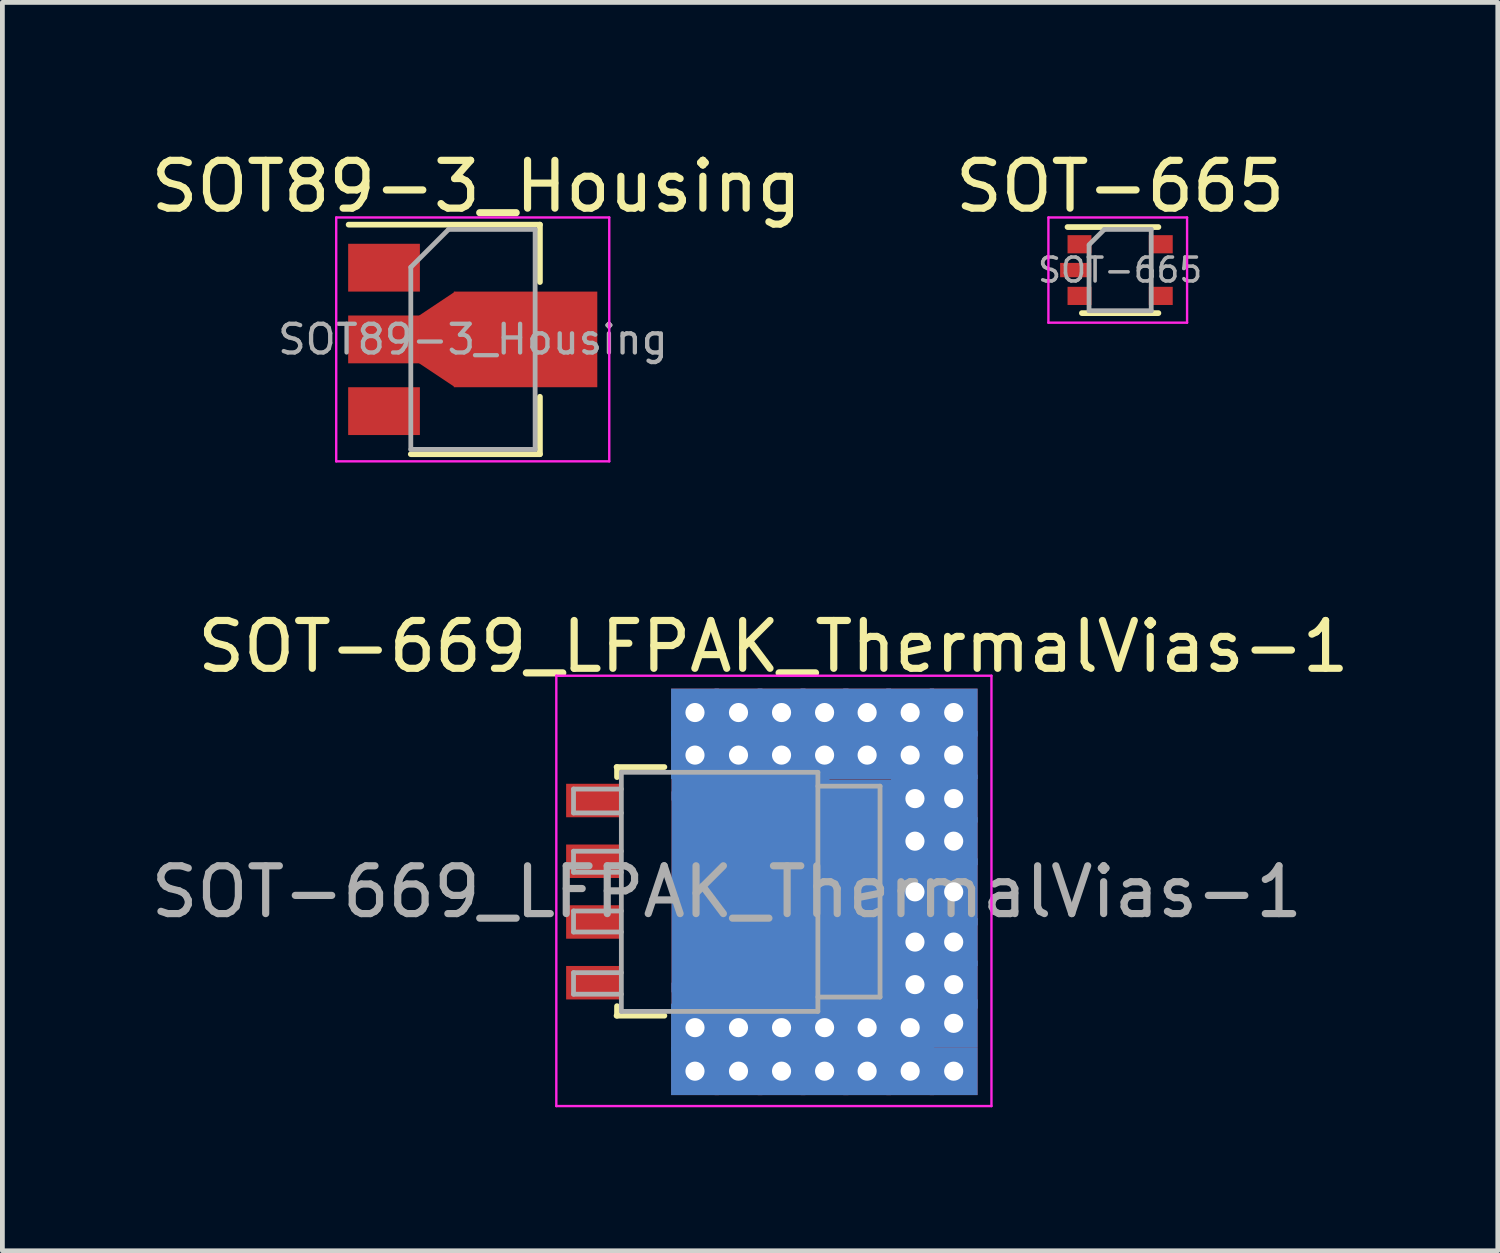
<source format=kicad_pcb>
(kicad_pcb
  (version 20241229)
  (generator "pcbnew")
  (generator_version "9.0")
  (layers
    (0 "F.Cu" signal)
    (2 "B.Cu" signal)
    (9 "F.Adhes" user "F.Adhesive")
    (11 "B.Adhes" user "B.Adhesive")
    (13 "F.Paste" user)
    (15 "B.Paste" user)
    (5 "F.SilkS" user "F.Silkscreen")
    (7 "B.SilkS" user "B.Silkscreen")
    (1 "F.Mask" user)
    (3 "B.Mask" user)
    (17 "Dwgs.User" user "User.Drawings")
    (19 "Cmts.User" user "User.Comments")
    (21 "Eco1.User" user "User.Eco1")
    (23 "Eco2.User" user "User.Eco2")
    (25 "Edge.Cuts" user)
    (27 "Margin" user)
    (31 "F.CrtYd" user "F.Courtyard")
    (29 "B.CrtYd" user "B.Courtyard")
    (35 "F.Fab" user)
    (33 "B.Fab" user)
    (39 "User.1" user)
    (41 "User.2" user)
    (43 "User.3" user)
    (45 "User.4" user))
  (footprint "SOT-669_LFPAK_ThermalVias-1"
    (layer "F.Cu")
    (at 9.364 13.691)
    (property "Reference" "SOT-669_LFPAK_ThermalVias-1" (at 3.76 -3.22 0) (layer "F.SilkS") (effects (font (size 1 1) (thickness 0.15))))
    (attr through_hole)
    (fp_line (start 0.48 -0.7) (end 1.48 -0.7) (stroke (width 0.12) (type solid)) (layer "F.SilkS"))
    (fp_line (start 0.48 4.5) (end 1.48 4.5) (stroke (width 0.12) (type solid)) (layer "F.SilkS"))
    (fp_line (start 0.49 -0.7) (end 0.49 -0.49) (stroke (width 0.12) (type solid)) (layer "F.SilkS"))
    (fp_line (start 0.49 4.3) (end 0.49 4.5) (stroke (width 0.12) (type solid)) (layer "F.SilkS"))
    (fp_line (start -0.78 6.39) (end -0.78 -2.61) (stroke (width 0.05) (type solid)) (layer "F.CrtYd"))
    (fp_line (start -0.78 6.39) (end 8.32 6.39) (stroke (width 0.05) (type solid)) (layer "F.CrtYd"))
    (fp_line (start 8.32 -2.61) (end -0.78 -2.61) (stroke (width 0.05) (type solid)) (layer "F.CrtYd"))
    (fp_line (start 8.32 -2.61) (end 8.32 6.39) (stroke (width 0.05) (type solid)) (layer "F.CrtYd"))
    (fp_line (start -0.42 -0.24) (end -0.42 0.26) (stroke (width 0.1) (type solid)) (layer "F.Fab"))
    (fp_line (start -0.42 -0.24) (end 0.58 -0.24) (stroke (width 0.1) (type solid)) (layer "F.Fab"))
    (fp_line (start -0.42 0.26) (end 0.58 0.26) (stroke (width 0.1) (type solid)) (layer "F.Fab"))
    (fp_line (start -0.42 1.06) (end -0.42 1.5) (stroke (width 0.1) (type solid)) (layer "F.Fab"))
    (fp_line (start -0.42 1.5) (end 0.58 1.5) (stroke (width 0.1) (type solid)) (layer "F.Fab"))
    (fp_line (start -0.42 2.31) (end -0.42 2.75) (stroke (width 0.1) (type solid)) (layer "F.Fab"))
    (fp_line (start -0.42 2.75) (end 0.58 2.75) (stroke (width 0.1) (type solid)) (layer "F.Fab"))
    (fp_line (start -0.42 3.6) (end -0.42 4.05) (stroke (width 0.1) (type solid)) (layer "F.Fab"))
    (fp_line (start -0.42 4.05) (end 0.58 4.05) (stroke (width 0.1) (type solid)) (layer "F.Fab"))
    (fp_line (start 0.58 -0.59) (end 0.58 4.41) (stroke (width 0.1) (type solid)) (layer "F.Fab"))
    (fp_line (start 0.58 1.06) (end -0.42 1.06) (stroke (width 0.1) (type solid)) (layer "F.Fab"))
    (fp_line (start 0.58 2.31) (end -0.42 2.31) (stroke (width 0.1) (type solid)) (layer "F.Fab"))
    (fp_line (start 0.58 3.6) (end -0.42 3.6) (stroke (width 0.1) (type solid)) (layer "F.Fab"))
    (fp_line (start 0.58 4.41) (end 4.69 4.41) (stroke (width 0.1) (type solid)) (layer "F.Fab"))
    (fp_line (start 4.69 -0.59) (end 0.58 -0.59) (stroke (width 0.1) (type solid)) (layer "F.Fab"))
    (fp_line (start 4.69 4.41) (end 4.69 -0.59) (stroke (width 0.1) (type solid)) (layer "F.Fab"))
    (fp_line (start 5.99 -0.3) (end 4.69 -0.3) (stroke (width 0.1) (type solid)) (layer "F.Fab"))
    (fp_line (start 5.99 -0.3) (end 5.99 4.11) (stroke (width 0.1) (type solid)) (layer "F.Fab"))
    (fp_line (start 5.99 4.11) (end 4.69 4.11) (stroke (width 0.1) (type solid)) (layer "F.Fab"))
    (fp_text user "${REFERENCE}" (at 2.785 1.91 0) (layer "F.Fab") (effects (font (size 1 1) (thickness 0.15))))
    (pad "1" smd rect (at 0 0 270) (size 0.7 1.15) (layers "F.Cu" "F.Mask" "F.Paste"))
    (pad "2" smd rect (at 0 1.27 270) (size 0.7 1.15) (layers "F.Cu" "F.Mask" "F.Paste"))
    (pad "3" smd rect (at 0 2.54 270) (size 0.7 1.15) (layers "F.Cu" "F.Mask" "F.Paste"))
    (pad "4" smd rect (at 0 3.81 270) (size 0.7 1.15) (layers "F.Cu" "F.Mask" "F.Paste"))
    (pad "5" thru_hole rect (at 2.12 -1.84 270) (size 1 1) (drill 0.4) (layers "*.Cu" "*.Mask"))
    (pad "5" thru_hole rect (at 2.12 -0.95 270) (size 1 1) (drill 0.4) (layers "*.Cu" "*.Mask"))
    (pad "5" thru_hole rect (at 2.12 4.75 270) (size 1 1) (drill 0.4) (layers "*.Cu" "*.Mask"))
    (pad "5" thru_hole rect (at 2.12 5.66 270) (size 1 1) (drill 0.4) (layers "*.Cu" "*.Mask"))
    (pad "5" smd rect (at 2.18 0.76) (size 0.6 0.9) (layers "F.Cu" "F.Mask" "F.Paste"))
    (pad "5" smd rect (at 2.18 1.91) (size 0.6 0.9) (layers "F.Cu" "F.Mask" "F.Paste"))
    (pad "5" smd rect (at 2.18 3.05) (size 0.6 0.9) (layers "F.Cu" "F.Mask" "F.Paste"))
    (pad "5" thru_hole rect (at 3.03 -1.84 270) (size 1 1) (drill 0.4) (layers "*.Cu" "*.Mask"))
    (pad "5" thru_hole rect (at 3.03 -0.95 270) (size 1 1) (drill 0.4) (layers "*.Cu" "*.Mask"))
    (pad "5" smd rect (at 3.03 0.76) (size 0.6 0.9) (layers "F.Cu" "F.Mask" "F.Paste"))
    (pad "5" smd rect (at 3.03 1.91) (size 0.6 0.9) (layers "F.Cu" "F.Mask" "F.Paste"))
    (pad "5" smd rect (at 3.03 3.05) (size 0.6 0.9) (layers "F.Cu" "F.Mask" "F.Paste"))
    (pad "5" thru_hole rect (at 3.03 4.75 270) (size 1 1) (drill 0.4) (layers "*.Cu" "*.Mask"))
    (pad "5" thru_hole rect (at 3.03 5.66 270) (size 1 1) (drill 0.4) (layers "*.Cu" "*.Mask"))
    (pad "5" smd rect (at 3.28 -0.3 270) (size 0.6 3.3) (layers "F.Cu" "F.Mask" "F.Paste"))
    (pad "5" smd rect (at 3.28 -0.3 270) (size 0.6 3.3) (layers "B.Cu" "B.Mask" "B.Paste"))
    (pad "5" smd rect (at 3.28 1.91 270) (size 4.2 3.3) (layers "F.Cu" "F.Mask" "F.Paste"))
    (pad "5" smd rect (at 3.28 1.91 270) (size 4.2 3.3) (layers "B.Cu" "B.Mask" "B.Paste"))
    (pad "5" smd rect (at 3.28 4.11 270) (size 0.6 3.3) (layers "F.Cu" "F.Mask" "F.Paste"))
    (pad "5" smd rect (at 3.28 4.11 270) (size 0.6 3.3) (layers "B.Cu" "B.Mask" "B.Paste"))
    (pad "5" smd rect (at 3.88 0.76) (size 0.6 0.9) (layers "F.Cu" "F.Mask" "F.Paste"))
    (pad "5" smd rect (at 3.88 1.91) (size 0.6 0.9) (layers "F.Cu" "F.Mask" "F.Paste"))
    (pad "5" smd rect (at 3.88 3.05) (size 0.6 0.9) (layers "F.Cu" "F.Mask" "F.Paste"))
    (pad "5" thru_hole rect (at 3.93 -1.84 270) (size 1 1) (drill 0.4) (layers "*.Cu" "*.Mask"))
    (pad "5" thru_hole rect (at 3.93 -0.95 270) (size 1 1) (drill 0.4) (layers "*.Cu" "*.Mask"))
    (pad "5" thru_hole rect (at 3.93 4.75 270) (size 1 1) (drill 0.4) (layers "*.Cu" "*.Mask"))
    (pad "5" thru_hole rect (at 3.93 5.66 270) (size 1 1) (drill 0.4) (layers "*.Cu" "*.Mask"))
    (pad "5" smd rect (at 4.58 -0.34 270) (size 0.5 0.5) (layers "F.Cu" "F.Mask" "F.Paste"))
    (pad "5" smd rect (at 4.58 4.16 270) (size 0.5 0.5) (layers "F.Cu" "F.Mask" "F.Paste"))
    (pad "5" thru_hole rect (at 4.83 -1.84 270) (size 1 1) (drill 0.4) (layers "*.Cu" "*.Mask"))
    (pad "5" thru_hole rect (at 4.83 -0.95 270) (size 1 1) (drill 0.4) (layers "*.Cu" "*.Mask"))
    (pad "5" thru_hole rect (at 4.83 4.75 270) (size 1 1) (drill 0.4) (layers "*.Cu" "*.Mask"))
    (pad "5" thru_hole rect (at 4.83 5.66 270) (size 1 1) (drill 0.4) (layers "*.Cu" "*.Mask"))
    (pad "5" smd rect (at 5.47 1.91 270) (size 4.7 1.55) (layers "F.Cu" "F.Mask" "F.Paste"))
    (pad "5" smd rect (at 5.47 1.91 270) (size 4.7 1.55) (layers "B.Cu" "B.Mask" "B.Paste"))
    (pad "5" thru_hole rect (at 5.72 -1.84 270) (size 1 1) (drill 0.4) (layers "*.Cu" "*.Mask"))
    (pad "5" thru_hole rect (at 5.72 -0.95 270) (size 1 1) (drill 0.4) (layers "*.Cu" "*.Mask"))
    (pad "5" smd rect (at 5.72 0.03 270) (size 0.6 0.9) (layers "F.Cu" "F.Mask" "F.Paste"))
    (pad "5" smd rect (at 5.72 1.31 270) (size 0.6 0.9) (layers "F.Cu" "F.Mask" "F.Paste"))
    (pad "5" smd rect (at 5.72 2.5 270) (size 0.6 0.9) (layers "F.Cu" "F.Mask" "F.Paste"))
    (pad "5" smd rect (at 5.72 3.78 270) (size 0.6 0.9) (layers "F.Cu" "F.Mask" "F.Paste"))
    (pad "5" thru_hole rect (at 5.72 4.75 270) (size 1 1) (drill 0.4) (layers "*.Cu" "*.Mask"))
    (pad "5" thru_hole rect (at 5.72 5.66 270) (size 1 1) (drill 0.4) (layers "*.Cu" "*.Mask"))
    (pad "5" thru_hole rect (at 6.62 -1.84 270) (size 1 1) (drill 0.4) (layers "*.Cu" "*.Mask"))
    (pad "5" thru_hole rect (at 6.62 -0.95 270) (size 1 1) (drill 0.4) (layers "*.Cu" "*.Mask"))
    (pad "5" thru_hole rect (at 6.62 4.75 270) (size 1 1) (drill 0.4) (layers "*.Cu" "*.Mask"))
    (pad "5" thru_hole rect (at 6.62 5.66 270) (size 1 1) (drill 0.4) (layers "*.Cu" "*.Mask"))
    (pad "5" thru_hole rect (at 6.72 -0.04 270) (size 1 1) (drill 0.4) (layers "*.Cu" "*.Mask"))
    (pad "5" thru_hole rect (at 6.72 0.85 270) (size 1 1) (drill 0.4) (layers "*.Cu" "*.Mask"))
    (pad "5" thru_hole rect (at 6.72 1.91 270) (size 1.4 1) (drill 0.4) (layers "*.Cu" "*.Mask"))
    (pad "5" thru_hole rect (at 6.72 2.96 270) (size 1 1) (drill 0.4) (layers "*.Cu" "*.Mask"))
    (pad "5" thru_hole rect (at 6.72 3.85 270) (size 1 1) (drill 0.4) (layers "*.Cu" "*.Mask"))
    (pad "5" thru_hole rect (at 7.53 -1.84 270) (size 1 1) (drill 0.4) (layers "*.Cu" "*.Mask"))
    (pad "5" thru_hole rect (at 7.53 -0.95 270) (size 1 1) (drill 0.4) (layers "*.Cu" "*.Mask"))
    (pad "5" thru_hole rect (at 7.53 -0.04 270) (size 1 1) (drill 0.4) (layers "*.Cu" "*.Mask"))
    (pad "5" thru_hole rect (at 7.53 0.85 270) (size 1 1) (drill 0.4) (layers "*.Cu" "*.Mask"))
    (pad "5" thru_hole rect (at 7.53 1.91 270) (size 1.4 1) (drill 0.4) (layers "*.Cu" "*.Mask"))
    (pad "5" thru_hole rect (at 7.53 2.96 270) (size 1 1) (drill 0.4) (layers "*.Cu" "*.Mask"))
    (pad "5" thru_hole rect (at 7.53 3.85 270) (size 1 1) (drill 0.4) (layers "*.Cu" "*.Mask"))
    (pad "5" thru_hole rect (at 7.53 4.66 270) (size 1 1) (drill 0.4) (layers "*.Cu" "*.Mask"))
    (pad "5" thru_hole rect (at 7.53 5.66 270) (size 1 1) (drill 0.4) (layers "*.Cu" "*.Mask")))
  (footprint "SOT-665"
    (layer "F.Cu")
    (at 20.335 2.598)
    (property "Reference" "SOT-665" (at 0.04 -1.75 0) (layer "F.SilkS") (effects (font (size 1 1) (thickness 0.15))))
    (attr smd)
    (fp_line (start -0.76 0.9) (end 0.84 0.9) (stroke (width 0.12) (type solid)) (layer "F.SilkS"))
    (fp_line (start 0.84 -0.9) (end -1.06 -0.9) (stroke (width 0.12) (type solid)) (layer "F.SilkS"))
    (fp_line (start -1.46 -1.1) (end -1.46 1.1) (stroke (width 0.05) (type solid)) (layer "F.CrtYd"))
    (fp_line (start -1.46 -1.1) (end 1.44 -1.1) (stroke (width 0.05) (type solid)) (layer "F.CrtYd"))
    (fp_line (start -1.46 1.1) (end 1.44 1.1) (stroke (width 0.05) (type solid)) (layer "F.CrtYd"))
    (fp_line (start 1.44 1.1) (end 1.44 -1.1) (stroke (width 0.05) (type solid)) (layer "F.CrtYd"))
    (fp_line (start -0.61 -0.53) (end -0.29 -0.85) (stroke (width 0.1) (type solid)) (layer "F.Fab"))
    (fp_line (start -0.61 -0.51) (end -0.61 0.85) (stroke (width 0.1) (type solid)) (layer "F.Fab"))
    (fp_line (start 0.69 -0.85) (end -0.29 -0.85) (stroke (width 0.1) (type solid)) (layer "F.Fab"))
    (fp_line (start 0.69 -0.85) (end 0.69 0.85) (stroke (width 0.1) (type solid)) (layer "F.Fab"))
    (fp_line (start 0.69 0.85) (end -0.61 0.85) (stroke (width 0.1) (type solid)) (layer "F.Fab"))
    (fp_text user "${REFERENCE}" (at 0.04 0 0) (layer "F.Fab") (effects (font (size 0.5 0.5) (thickness 0.075))))
    (pad "1" smd rect (at -0.81 -0.54) (size 0.5 0.38) (layers "F.Cu" "F.Mask" "F.Paste"))
    (pad "2" smd rect (at -0.89 0) (size 0.65 0.3) (layers "F.Cu" "F.Mask" "F.Paste"))
    (pad "3" smd rect (at -0.81 0.54) (size 0.5 0.38) (layers "F.Cu" "F.Mask" "F.Paste"))
    (pad "4" smd rect (at 0.89 0.54) (size 0.5 0.38) (layers "F.Cu" "F.Mask" "F.Paste"))
    (pad "5" smd rect (at 0.89 -0.54) (size 0.5 0.38) (layers "F.Cu" "F.Mask" "F.Paste")))
  (footprint "SOT89-3_Housing"
    (layer "F.Cu")
    (at 6.461 4.048)
    (property "Reference" "SOT89-3_Housing" (at 0.45 -3.2 0) (layer "F.SilkS") (effects (font (size 1 1) (thickness 0.15))))
    (attr smd)
    (fp_line (start -2.22 -2.4) (end 1.78 -2.4) (stroke (width 0.12) (type solid)) (layer "F.SilkS"))
    (fp_line (start 1.78 -2.4) (end 1.78 -1.2) (stroke (width 0.12) (type solid)) (layer "F.SilkS"))
    (fp_line (start 1.78 1.2) (end 1.78 2.4) (stroke (width 0.12) (type solid)) (layer "F.SilkS"))
    (fp_line (start 1.78 2.4) (end -0.92 2.4) (stroke (width 0.12) (type solid)) (layer "F.SilkS"))
    (fp_line (start -2.48 2.55) (end -2.48 -2.55) (stroke (width 0.05) (type solid)) (layer "F.CrtYd"))
    (fp_line (start -2.48 2.55) (end 3.23 2.55) (stroke (width 0.05) (type solid)) (layer "F.CrtYd"))
    (fp_line (start 3.23 -2.55) (end -2.48 -2.55) (stroke (width 0.05) (type solid)) (layer "F.CrtYd"))
    (fp_line (start 3.23 -2.55) (end 3.23 2.55) (stroke (width 0.05) (type solid)) (layer "F.CrtYd"))
    (fp_line (start -0.92 -1.51) (end -0.13 -2.3) (stroke (width 0.1) (type solid)) (layer "F.Fab"))
    (fp_line (start -0.92 2.3) (end -0.92 -1.51) (stroke (width 0.1) (type solid)) (layer "F.Fab"))
    (fp_line (start -0.13 -2.3) (end 1.68 -2.3) (stroke (width 0.1) (type solid)) (layer "F.Fab"))
    (fp_line (start 1.68 -2.3) (end 1.68 2.3) (stroke (width 0.1) (type solid)) (layer "F.Fab"))
    (fp_line (start 1.68 2.3) (end -0.92 2.3) (stroke (width 0.1) (type solid)) (layer "F.Fab"))
    (fp_text user "${REFERENCE}" (at 0.38 0 0) (layer "F.Fab") (effects (font (size 0.6 0.6) (thickness 0.09))))
    (pad "1" smd rect (at -1.48 -1.5 270) (size 1 1.5) (layers "F.Cu" "F.Mask" "F.Paste"))
    (pad "2" smd rect (at -1.48 0 270) (size 1 1.5) (layers "F.Cu" "F.Mask" "F.Paste"))
    (pad "2" smd trapezoid (at -0.37 0 90) (size 1.5 0.75) (rect_delta 0 0.5) (layers "F.Cu" "F.Mask" "F.Paste"))
    (pad "2" smd rect (at 1.48 0 270) (size 2 3) (layers "F.Cu" "F.Mask" "F.Paste"))
    (pad "3" smd rect (at -1.48 1.5 270) (size 1 1.5) (layers "F.Cu" "F.Mask" "F.Paste")))
  (gr_rect
    (start -3 -3)
    (end 28.273 23.107)
    (stroke (width 0.1) (type default))
    (fill no)
    (layer "Edge.Cuts")))
</source>
